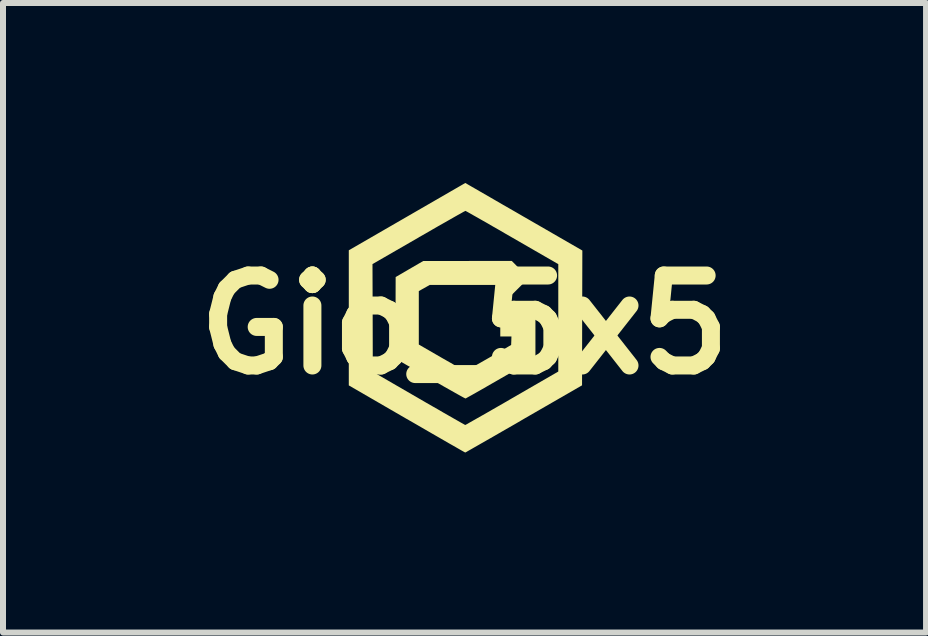
<source format=kicad_pcb>
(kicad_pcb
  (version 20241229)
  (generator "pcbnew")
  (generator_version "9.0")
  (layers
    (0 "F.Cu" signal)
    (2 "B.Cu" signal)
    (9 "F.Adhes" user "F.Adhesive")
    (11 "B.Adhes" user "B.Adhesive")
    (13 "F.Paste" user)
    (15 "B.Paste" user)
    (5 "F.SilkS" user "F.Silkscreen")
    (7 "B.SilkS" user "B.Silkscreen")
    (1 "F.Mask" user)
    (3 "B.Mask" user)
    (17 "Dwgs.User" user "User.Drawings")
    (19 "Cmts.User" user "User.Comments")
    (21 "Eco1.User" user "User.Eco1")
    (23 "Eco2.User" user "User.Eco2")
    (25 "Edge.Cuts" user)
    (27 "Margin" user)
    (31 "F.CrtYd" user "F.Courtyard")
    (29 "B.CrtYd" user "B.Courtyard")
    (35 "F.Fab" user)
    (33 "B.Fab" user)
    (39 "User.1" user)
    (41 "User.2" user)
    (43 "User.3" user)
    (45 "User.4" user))
  (footprint "Gio_5x5"
    (layer "F.Cu")
    (at 4.693 2.364)
    (property "Reference" "Gio_5x5" (at 0 0 0) (layer "F.SilkS") (effects (font (size 1.5 1.5) (thickness 0.3))))
    (attr board_only exclude_from_pos_files exclude_from_bom)
    (fp_poly (pts (xy 0.928 -0.923) (xy 1.07 -0.781) (xy 0.931 -0.642) (xy 0.791 -0.503) (xy 0.711 -0.584) (xy 0.63 -0.664) (xy 0.025 -0.664) (xy -0.58 -0.664) (xy -0.671 -0.613) (xy -0.762 -0.562) (xy -0.762 -0.116) (xy -0.762 0.329) (xy -0.385 0.547) (xy -0.306 0.592) (xy -0.232 0.634) (xy -0.165 0.673) (xy -0.106 0.706) (xy -0.058 0.733) (xy -0.021 0.753) (xy 0.002 0.765) (xy 0.008 0.768) (xy 0.02 0.764) (xy 0.047 0.751) (xy 0.086 0.73) (xy 0.138 0.703) (xy 0.199 0.669) (xy 0.268 0.63) (xy 0.343 0.587) (xy 0.401 0.554) (xy 0.777 0.336) (xy 0.78 0.266) (xy 0.782 0.195) (xy 0.689 0.195) (xy 0.596 0.195) (xy 0.596 0.039) (xy 0.596 -0.117) (xy 0.889 -0.117) (xy 1.182 -0.117) (xy 1.182 0.222) (xy 1.182 0.562) (xy 0.605 0.894) (xy 0.508 0.95) (xy 0.415 1.003) (xy 0.329 1.053) (xy 0.25 1.098) (xy 0.181 1.137) (xy 0.121 1.171) (xy 0.074 1.197) (xy 0.04 1.216) (xy 0.021 1.227) (xy 0.017 1.228) (xy 0.007 1.224) (xy -0.019 1.211) (xy -0.059 1.189) (xy -0.111 1.16) (xy -0.175 1.124) (xy -0.249 1.082) (xy -0.331 1.036) (xy -0.42 0.985) (xy -0.515 0.93) (xy -0.574 0.896) (xy -1.153 0.562) (xy -1.15 -0.117) (xy -1.148 -0.796) (xy -0.918 -0.93) (xy -0.689 -1.063) (xy 0.049 -1.064) (xy 0.787 -1.065)) (stroke (width 0) (type solid)) (fill yes) (layer "F.SilkS"))
    (fp_poly (pts (xy 0.043 -2.347) (xy 0.056 -2.339) (xy 0.084 -2.323) (xy 0.127 -2.298) (xy 0.183 -2.266) (xy 0.252 -2.226) (xy 0.332 -2.18) (xy 0.422 -2.128) (xy 0.522 -2.07) (xy 0.629 -2.008) (xy 0.744 -1.942) (xy 0.864 -1.873) (xy 0.988 -1.801) (xy 1.018 -1.784) (xy 1.964 -1.238) (xy 1.961 -0.114) (xy 1.959 1.009) (xy 0.988 1.569) (xy 0.862 1.643) (xy 0.74 1.713) (xy 0.623 1.78) (xy 0.514 1.843) (xy 0.413 1.901) (xy 0.32 1.954) (xy 0.238 2.001) (xy 0.166 2.042) (xy 0.107 2.076) (xy 0.061 2.102) (xy 0.03 2.12) (xy 0.014 2.128) (xy 0.012 2.129) (xy 0.002 2.124) (xy -0.023 2.11) (xy -0.062 2.088) (xy -0.116 2.057) (xy -0.182 2.019) (xy -0.26 1.975) (xy -0.348 1.924) (xy -0.445 1.868) (xy -0.551 1.807) (xy -0.665 1.741) (xy -0.784 1.672) (xy -0.909 1.6) (xy -0.962 1.57) (xy -1.929 1.01) (xy -1.929 -0.116) (xy -1.929 -1.012) (xy -1.534 -1.012) (xy -1.531 -0.114) (xy -1.529 0.783) (xy -0.762 1.227) (xy -0.65 1.292) (xy -0.542 1.354) (xy -0.44 1.412) (xy -0.346 1.467) (xy -0.26 1.516) (xy -0.183 1.56) (xy -0.118 1.597) (xy -0.064 1.628) (xy -0.024 1.65) (xy 0.002 1.665) (xy 0.012 1.67) (xy 0.012 1.67) (xy 0.022 1.665) (xy 0.047 1.652) (xy 0.086 1.629) (xy 0.139 1.599) (xy 0.204 1.562) (xy 0.28 1.519) (xy 0.366 1.47) (xy 0.46 1.416) (xy 0.561 1.358) (xy 0.669 1.296) (xy 0.781 1.231) (xy 0.791 1.225) (xy 1.563 0.779) (xy 1.563 -0.116) (xy 1.563 -1.011) (xy 0.795 -1.454) (xy 0.682 -1.519) (xy 0.574 -1.582) (xy 0.472 -1.64) (xy 0.378 -1.695) (xy 0.291 -1.744) (xy 0.214 -1.788) (xy 0.148 -1.825) (xy 0.094 -1.856) (xy 0.053 -1.879) (xy 0.027 -1.893) (xy 0.016 -1.899) (xy 0.016 -1.899) (xy 0.006 -1.894) (xy -0.02 -1.881) (xy -0.06 -1.858) (xy -0.113 -1.829) (xy -0.178 -1.792) (xy -0.255 -1.748) (xy -0.341 -1.699) (xy -0.435 -1.646) (xy -0.537 -1.587) (xy -0.644 -1.525) (xy -0.757 -1.461) (xy -0.764 -1.456) (xy -1.534 -1.012) (xy -1.929 -1.012) (xy -1.929 -1.242) (xy -0.958 -1.803) (xy 0.013 -2.364)) (stroke (width 0) (type solid)) (fill yes) (layer "F.SilkS")))
  (gr_rect
    (start -3 -3)
    (end 12.386 7.493)
    (stroke (width 0.1) (type default))
    (fill no)
    (layer "Edge.Cuts")))
</source>
